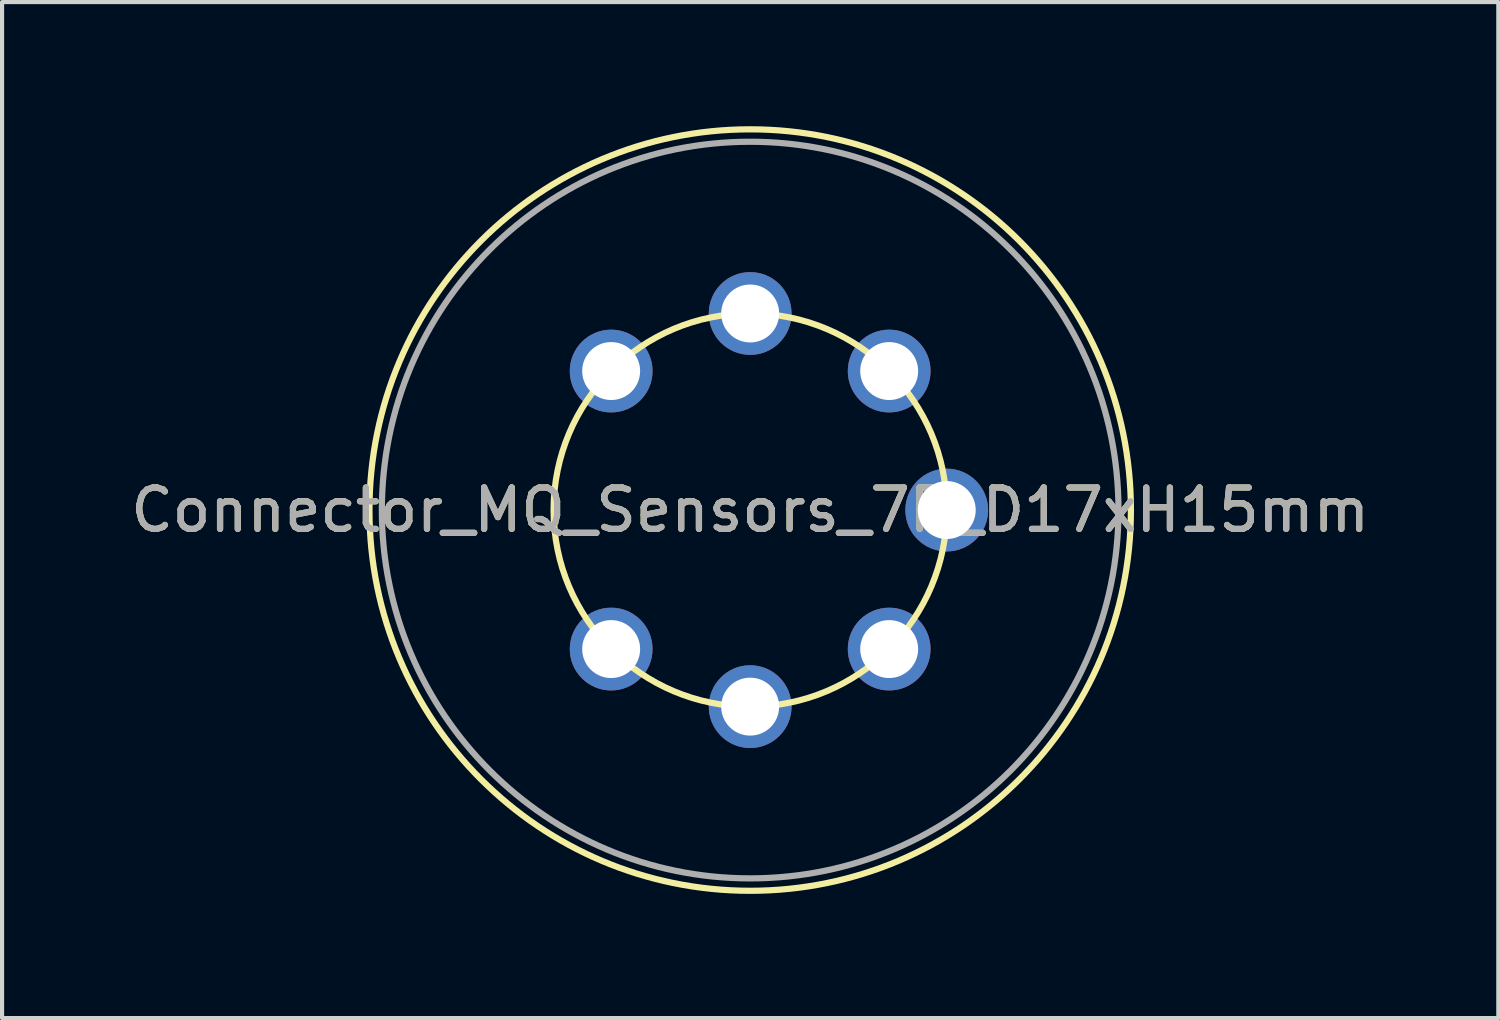
<source format=kicad_pcb>
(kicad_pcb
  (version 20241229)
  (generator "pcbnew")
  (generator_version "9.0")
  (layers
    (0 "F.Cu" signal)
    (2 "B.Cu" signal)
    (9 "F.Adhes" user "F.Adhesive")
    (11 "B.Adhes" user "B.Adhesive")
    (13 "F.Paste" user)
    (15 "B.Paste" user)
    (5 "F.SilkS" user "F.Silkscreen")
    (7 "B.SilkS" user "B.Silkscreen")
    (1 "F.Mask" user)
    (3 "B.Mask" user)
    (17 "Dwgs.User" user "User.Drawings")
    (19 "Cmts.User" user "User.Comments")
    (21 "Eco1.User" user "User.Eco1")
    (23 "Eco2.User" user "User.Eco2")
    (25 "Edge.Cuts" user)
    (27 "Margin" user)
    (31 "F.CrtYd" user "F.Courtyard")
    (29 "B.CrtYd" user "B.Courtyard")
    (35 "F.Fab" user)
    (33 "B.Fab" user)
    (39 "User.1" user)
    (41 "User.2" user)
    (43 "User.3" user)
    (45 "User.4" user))
  (footprint "Connector_MQ_Sensors_7P_D17xH15mm"
    (layer "F.Cu")
    (at 15.077 9.275)
    (property "Reference" "Connector_MQ_Sensors_7P_D17xH15mm" (at 0 0 0) (layer "F.SilkS") (effects (font (size 1 1) (thickness 0.15))))
    (attr through_hole)
    (fp_circle (center 0 0) (end 4.75 0) (stroke (width 0.15) (type solid)) (fill no) (layer "F.SilkS"))
    (fp_circle (center 0 0) (end 9.2 0) (stroke (width 0.15) (type solid)) (fill no) (layer "F.SilkS"))
    (fp_circle (center 0 0) (end 8.9 0) (stroke (width 0.15) (type solid)) (fill no) (layer "F.Fab"))
    (fp_text user "${REFERENCE}" (at 0 0 0) (layer "F.Fab") (effects (font (size 1 1) (thickness 0.15))))
    (pad "1" thru_hole circle (at -3.359 -3.359 90) (size 2 2) (drill 1.4) (layers "*.Cu" "*.Mask"))
    (pad "2" thru_hole circle (at 0 -4.75 90) (size 2 2) (drill 1.4) (layers "*.Cu" "*.Mask"))
    (pad "3" thru_hole circle (at 3.359 -3.359 90) (size 2 2) (drill 1.4) (layers "*.Cu" "*.Mask"))
    (pad "4" thru_hole circle (at 4.75 0 90) (size 2 2) (drill 1.4) (layers "*.Cu" "*.Mask"))
    (pad "5" thru_hole circle (at 3.359 3.359) (size 2 2) (drill 1.4) (layers "*.Cu" "*.Mask"))
    (pad "6" thru_hole circle (at 0 4.75) (size 2 2) (drill 1.4) (layers "*.Cu" "*.Mask"))
    (pad "7" thru_hole circle (at -3.359 3.359 90) (size 2 2) (drill 1.4) (layers "*.Cu" "*.Mask")))
  (gr_rect
    (start -3 -3)
    (end 33.155 21.55)
    (stroke (width 0.1) (type default))
    (fill no)
    (layer "Edge.Cuts")))
</source>
